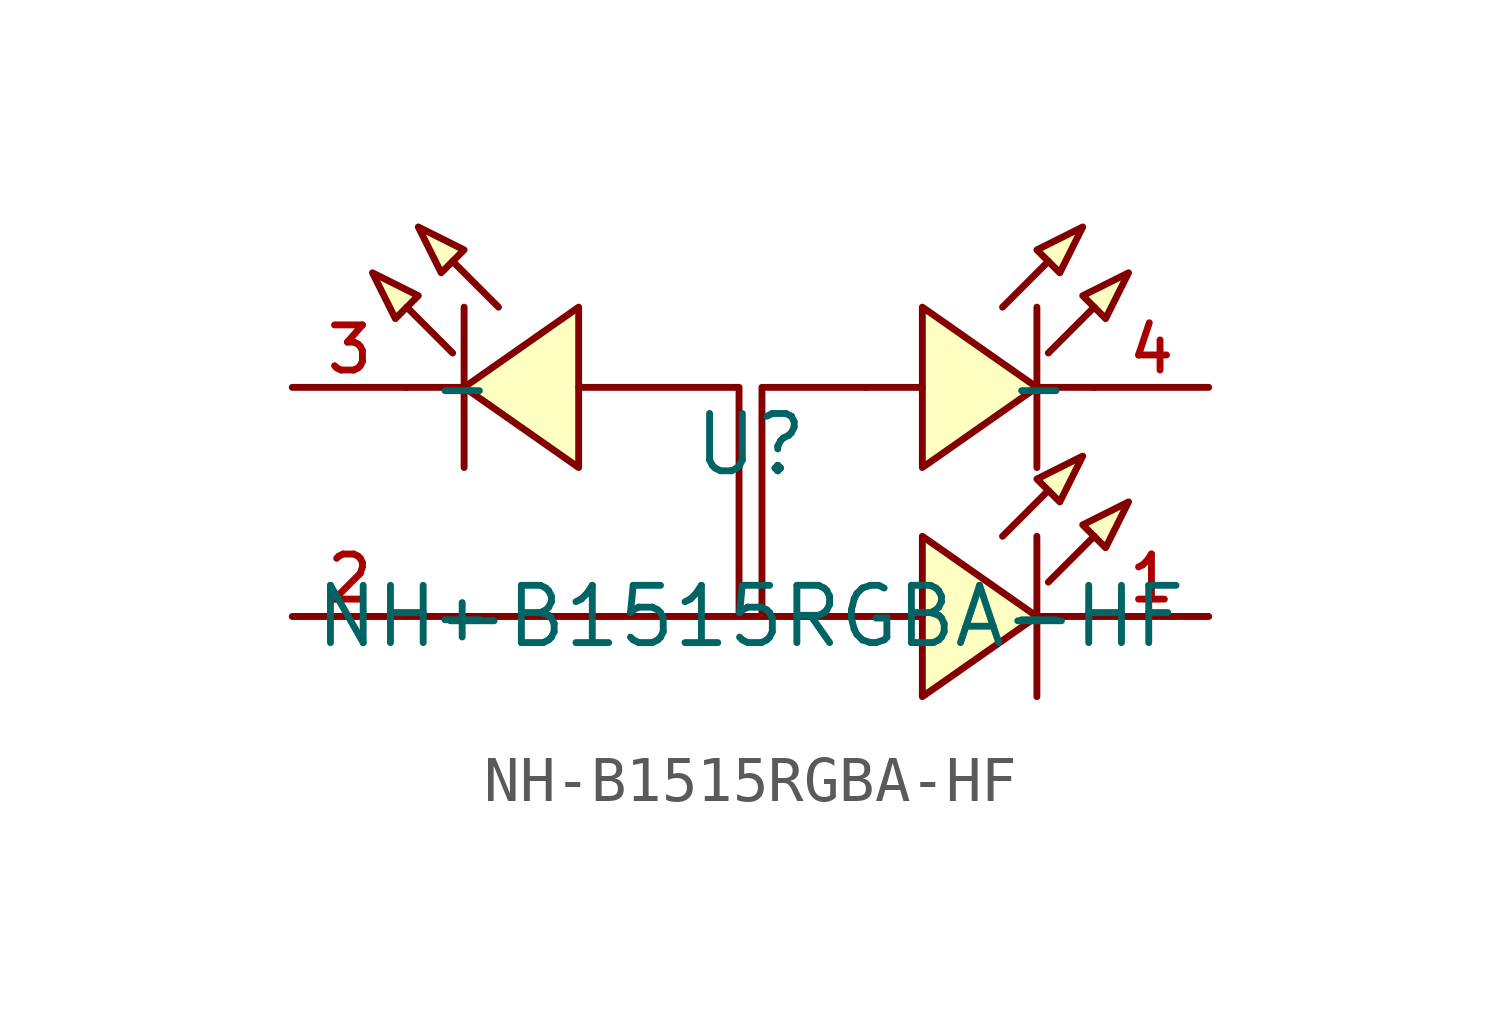
<source format=kicad_sym>
(kicad_symbol_lib
  (version 20210201)
  (generator TousstNicolas/JLC2KiCad_lib)
  (symbol "NH-B1515RGBA-HF"
    (property "Reference" "U"
      (at 0 1.27 0)
      (effects (font (size 1.27 1.27))))
    (property "Value" "NH-B1515RGBA-HF"
      (at 0 -2.54 0)
      (effects (font (size 1.27 1.27))))
    (symbol "NH-B1515RGBA-HF_0_1"
      (pin unspecified line (at 10.16 2.54 180) (length 2.54) (name "-" (effects (font (size 1 1)))) (number "4" (effects (font (size 1 1)))))
      (pin unspecified line (at -10.16 2.54 0) (length 2.54) (name "-" (effects (font (size 1 1)))) (number "3" (effects (font (size 1 1)))))
      (pin unspecified line (at -10.16 -2.54 0) (length 2.54) (name "+" (effects (font (size 1 1)))) (number "2" (effects (font (size 1 1)))))
      (polyline (pts (xy -0.254 -2.54) (xy -0.254 2.54) (xy -3.81 2.54)) (stroke (width 0) (type default) (color 0 0 0 0)) (fill (type none)))
      (polyline (pts (xy 0.254 -2.54) (xy 0.254 2.54) (xy 2.54 2.54)) (stroke (width 0) (type default) (color 0 0 0 0)) (fill (type none)))
      (polyline (pts (xy 3.81 4.318) (xy 6.35 2.54) (xy 3.81 0.762) (xy 3.81 4.318)) (stroke (width 0) (type default) (color 0 0 0 0)) (fill (type background)))
      (polyline (pts (xy 6.35 4.318) (xy 6.35 0.762)) (stroke (width 0) (type default) (color 0 0 0 0)) (fill (type none)))
      (polyline (pts (xy 2.54 2.54) (xy 3.81 2.54)) (stroke (width 0) (type default) (color 0 0 0 0)) (fill (type none)))
      (polyline (pts (xy 6.35 2.54) (xy 7.62 2.54)) (stroke (width 0) (type default) (color 0 0 0 0)) (fill (type none)))
      (polyline (pts (xy 5.588 4.318) (xy 6.604 5.334)) (stroke (width 0) (type default) (color 0 0 0 0)) (fill (type none)))
      (polyline (pts (xy 6.604 3.302) (xy 7.62 4.318)) (stroke (width 0) (type default) (color 0 0 0 0)) (fill (type none)))
      (polyline (pts (xy 7.366 6.096) (xy 6.35 5.588) (xy 6.858 5.08) (xy 7.366 6.096)) (stroke (width 0) (type default) (color 0 0 0 0)) (fill (type background)))
      (polyline (pts (xy 8.382 5.08) (xy 7.366 4.572) (xy 7.874 4.064) (xy 8.382 5.08)) (stroke (width 0) (type default) (color 0 0 0 0)) (fill (type background)))
      (polyline (pts (xy 8.382 -0.0) (xy 7.366 -0.508) (xy 7.874 -1.016) (xy 8.382 -0.0)) (stroke (width 0) (type default) (color 0 0 0 0)) (fill (type background)))
      (polyline (pts (xy 7.366 1.016) (xy 6.35 0.508) (xy 6.858 -0.0) (xy 7.366 1.016)) (stroke (width 0) (type default) (color 0 0 0 0)) (fill (type background)))
      (polyline (pts (xy 6.604 -1.778) (xy 7.62 -0.762)) (stroke (width 0) (type default) (color 0 0 0 0)) (fill (type none)))
      (polyline (pts (xy 5.588 -0.762) (xy 6.604 0.254)) (stroke (width 0) (type default) (color 0 0 0 0)) (fill (type none)))
      (polyline (pts (xy 6.35 -2.54) (xy 7.62 -2.54)) (stroke (width 0) (type default) (color 0 0 0 0)) (fill (type none)))
      (polyline (pts (xy 2.54 -2.54) (xy 3.81 -2.54)) (stroke (width 0) (type default) (color 0 0 0 0)) (fill (type none)))
      (polyline (pts (xy 6.35 -0.762) (xy 6.35 -4.318)) (stroke (width 0) (type default) (color 0 0 0 0)) (fill (type none)))
      (polyline (pts (xy 3.81 -0.762) (xy 6.35 -2.54) (xy 3.81 -4.318) (xy 3.81 -0.762)) (stroke (width 0) (type default) (color 0 0 0 0)) (fill (type background)))
      (pin unspecified line (at 10.16 -2.54 180) (length 2.54) (name "-" (effects (font (size 1 1)))) (number "1" (effects (font (size 1 1)))))
      (polyline (pts (xy -3.81 4.318) (xy -6.35 2.54) (xy -3.81 0.762) (xy -3.81 4.318)) (stroke (width 0) (type default) (color 0 0 0 0)) (fill (type background)))
      (polyline (pts (xy -6.35 4.318) (xy -6.35 0.762)) (stroke (width 0) (type default) (color 0 0 0 0)) (fill (type none)))
      (polyline (pts (xy 2.54 -2.54) (xy -7.62 -2.54)) (stroke (width 0) (type default) (color 0 0 0 0)) (fill (type none)))
      (polyline (pts (xy -6.35 2.54) (xy -7.62 2.54)) (stroke (width 0) (type default) (color 0 0 0 0)) (fill (type none)))
      (polyline (pts (xy -5.588 4.318) (xy -6.604 5.334)) (stroke (width 0) (type default) (color 0 0 0 0)) (fill (type none)))
      (polyline (pts (xy -6.604 3.302) (xy -7.62 4.318)) (stroke (width 0) (type default) (color 0 0 0 0)) (fill (type none)))
      (polyline (pts (xy -7.366 6.096) (xy -6.35 5.588) (xy -6.858 5.08) (xy -7.366 6.096)) (stroke (width 0) (type default) (color 0 0 0 0)) (fill (type background)))
      (polyline (pts (xy -8.382 5.08) (xy -7.366 4.572) (xy -7.874 4.064) (xy -8.382 5.08)) (stroke (width 0) (type default) (color 0 0 0 0)) (fill (type background))))))
</source>
